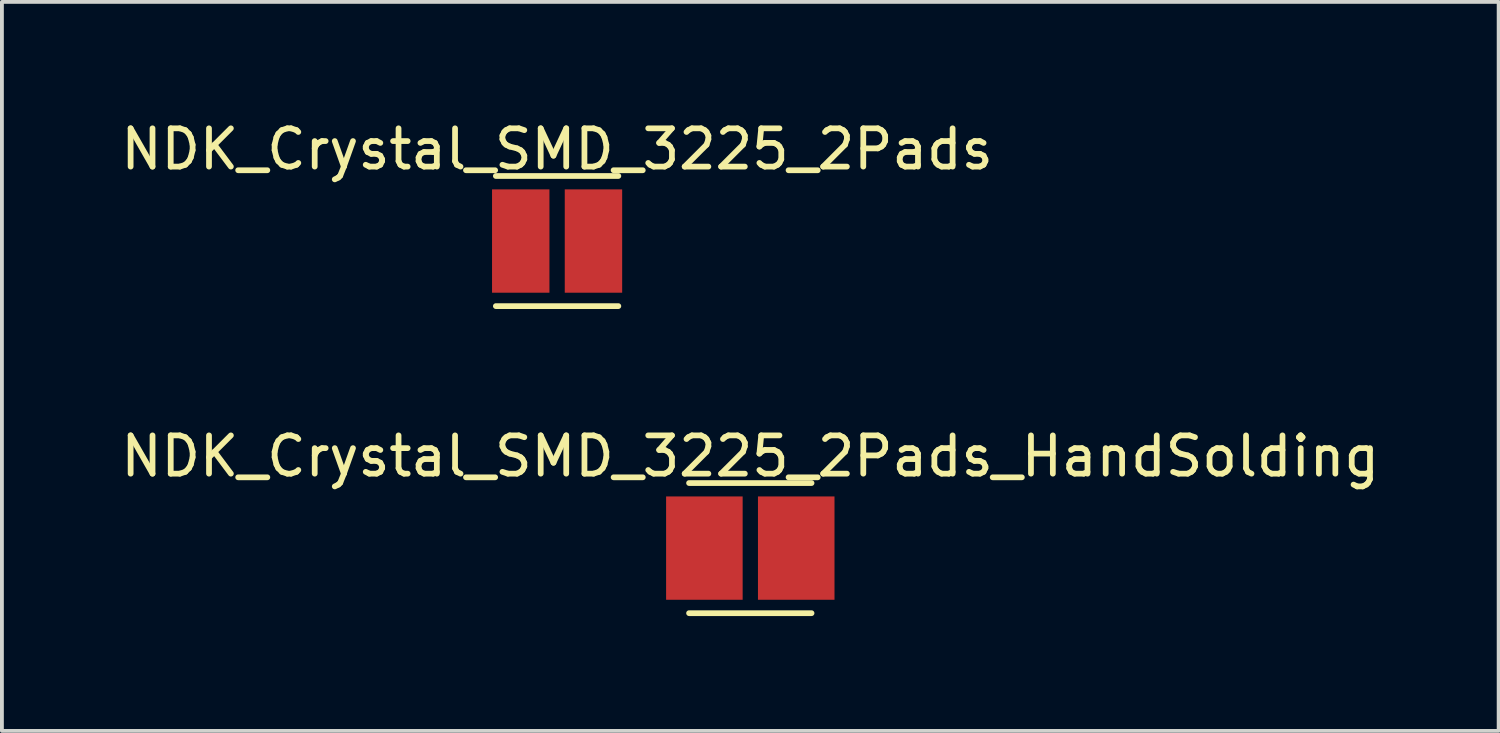
<source format=kicad_pcb>
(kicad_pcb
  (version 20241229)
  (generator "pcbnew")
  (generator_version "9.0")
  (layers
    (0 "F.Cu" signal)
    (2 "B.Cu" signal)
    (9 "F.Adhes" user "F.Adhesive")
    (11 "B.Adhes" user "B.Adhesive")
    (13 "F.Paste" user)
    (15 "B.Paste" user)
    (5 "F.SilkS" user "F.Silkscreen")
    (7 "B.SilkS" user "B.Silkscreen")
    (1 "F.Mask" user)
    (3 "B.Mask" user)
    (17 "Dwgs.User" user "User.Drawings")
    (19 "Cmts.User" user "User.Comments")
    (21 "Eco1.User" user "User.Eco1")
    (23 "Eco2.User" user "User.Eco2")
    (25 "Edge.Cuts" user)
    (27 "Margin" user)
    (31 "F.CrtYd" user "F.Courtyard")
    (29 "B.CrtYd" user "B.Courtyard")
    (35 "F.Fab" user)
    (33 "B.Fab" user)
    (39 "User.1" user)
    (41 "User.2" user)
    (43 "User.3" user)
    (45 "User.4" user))
  (footprint "NDK_Crystal_SMD_3225_2Pads"
    (layer "F.Cu")
    (at 11.506 3.248)
    (property "Reference" "NDK_Crystal_SMD_3225_2Pads" (at 0 -2.4 0) (layer "F.SilkS") (effects (font (size 1 1) (thickness 0.15))))
    (attr smd)
    (fp_line (start -1.6 -1.7) (end 1.6 -1.7) (stroke (width 0.15) (type solid)) (layer "F.SilkS"))
    (fp_line (start 1.6 1.7) (end -1.6 1.7) (stroke (width 0.15) (type solid)) (layer "F.SilkS"))
    (pad "1" smd rect (at -0.95 0) (size 1.5 2.7) (layers "F.Cu" "F.Mask" "F.Paste"))
    (pad "2" smd rect (at 0.95 0) (size 1.5 2.7) (layers "F.Cu" "F.Mask" "F.Paste")))
  (footprint "NDK_Crystal_SMD_3225_2Pads_HandSolding"
    (layer "F.Cu")
    (at 16.554 11.271)
    (property "Reference" "NDK_Crystal_SMD_3225_2Pads_HandSolding" (at 0 -2.4 0) (layer "F.SilkS") (effects (font (size 1 1) (thickness 0.15))))
    (attr smd)
    (fp_line (start -1.6 -1.7) (end 1.6 -1.7) (stroke (width 0.15) (type solid)) (layer "F.SilkS"))
    (fp_line (start 1.6 1.7) (end -1.6 1.7) (stroke (width 0.15) (type solid)) (layer "F.SilkS"))
    (pad "1" smd rect (at -1.45 0) (size 2 2.7) (drill (offset 0.25 0)) (layers "F.Cu" "F.Mask" "F.Paste"))
    (pad "2" smd rect (at 1.45 0) (size 2 2.7) (drill (offset -0.25 0)) (layers "F.Cu" "F.Mask" "F.Paste")))
  (gr_rect
    (start -3 -3)
    (end 36.107 16.047)
    (stroke (width 0.1) (type default))
    (fill no)
    (layer "Edge.Cuts")))
</source>
